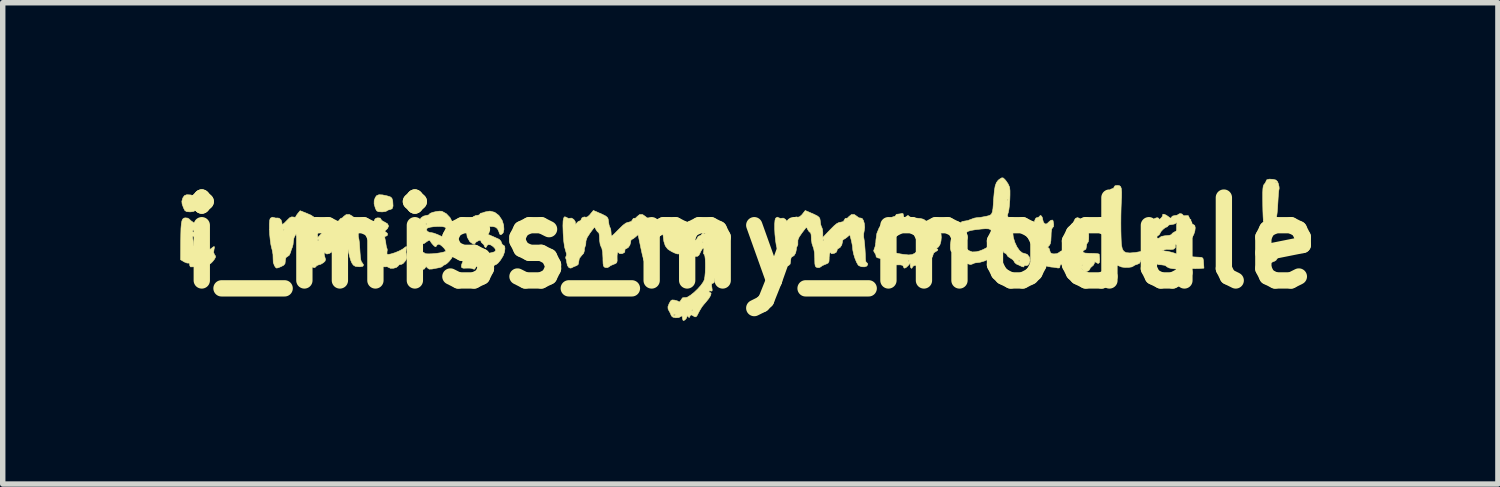
<source format=kicad_pcb>
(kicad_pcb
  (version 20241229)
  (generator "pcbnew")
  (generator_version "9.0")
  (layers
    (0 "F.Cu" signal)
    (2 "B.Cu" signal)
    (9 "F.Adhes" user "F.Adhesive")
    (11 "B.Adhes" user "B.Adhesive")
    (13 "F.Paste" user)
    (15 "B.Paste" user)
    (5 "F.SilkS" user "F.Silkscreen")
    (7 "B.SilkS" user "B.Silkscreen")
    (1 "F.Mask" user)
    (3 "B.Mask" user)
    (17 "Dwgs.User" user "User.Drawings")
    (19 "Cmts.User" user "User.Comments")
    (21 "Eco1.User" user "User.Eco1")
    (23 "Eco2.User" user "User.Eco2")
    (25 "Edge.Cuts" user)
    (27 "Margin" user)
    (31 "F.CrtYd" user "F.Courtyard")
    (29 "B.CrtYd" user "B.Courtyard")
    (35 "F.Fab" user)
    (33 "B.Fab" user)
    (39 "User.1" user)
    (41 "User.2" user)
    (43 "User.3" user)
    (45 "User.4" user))
  (footprint "i_miss_my_module"
    (layer "F.Cu")
    (at 10.748 1.418)
    (property "Reference" "i_miss_my_module" (at 0 0 0) (layer "F.SilkS") (effects (font (size 1.524 1.524) (thickness 0.3))))
    (attr through_hole)
    (fp_poly (pts (xy -6.765 -0.884) (xy -6.679 -0.866) (xy -6.621 -0.848) (xy -6.592 -0.824) (xy -6.578 -0.781) (xy -6.575 -0.762) (xy -6.57 -0.678) (xy -6.588 -0.629) (xy -6.626 -0.614) (xy -6.666 -0.604) (xy -6.678 -0.593) (xy -6.706 -0.58) (xy -6.759 -0.572) (xy -6.781 -0.572) (xy -6.839 -0.575) (xy -6.871 -0.591) (xy -6.891 -0.629) (xy -6.896 -0.642) (xy -6.918 -0.718) (xy -6.917 -0.778) (xy -6.897 -0.835) (xy -6.871 -0.871) (xy -6.829 -0.887) (xy -6.765 -0.884)) (stroke (width 0.01) (type solid)) (fill yes) (layer "F.SilkS"))
    (fp_poly (pts (xy -10.299 -0.884) (xy -10.214 -0.866) (xy -10.156 -0.848) (xy -10.127 -0.824) (xy -10.113 -0.781) (xy -10.11 -0.762) (xy -10.105 -0.678) (xy -10.122 -0.629) (xy -10.161 -0.614) (xy -10.201 -0.604) (xy -10.213 -0.593) (xy -10.241 -0.579) (xy -10.293 -0.572) (xy -10.309 -0.572) (xy -10.365 -0.576) (xy -10.398 -0.596) (xy -10.423 -0.645) (xy -10.424 -0.648) (xy -10.449 -0.716) (xy -10.454 -0.766) (xy -10.44 -0.816) (xy -10.432 -0.835) (xy -10.406 -0.871) (xy -10.364 -0.887) (xy -10.299 -0.884)) (stroke (width 0.01) (type solid)) (fill yes) (layer "F.SilkS"))
    (fp_poly (pts (xy 9.581 0.039) (xy 9.595 0.052) (xy 9.635 0.079) (xy 9.659 0.085) (xy 9.687 0.103) (xy 9.704 0.149) (xy 9.708 0.21) (xy 9.696 0.271) (xy 9.694 0.277) (xy 9.664 0.322) (xy 9.63 0.339) (xy 9.593 0.354) (xy 9.548 0.392) (xy 9.537 0.404) (xy 9.504 0.439) (xy 9.484 0.45) (xy 9.483 0.446) (xy 9.466 0.426) (xy 9.451 0.423) (xy 9.43 0.411) (xy 9.421 0.369) (xy 9.419 0.326) (xy 9.434 0.217) (xy 9.473 0.119) (xy 9.524 0.054) (xy 9.556 0.031) (xy 9.581 0.039)) (stroke (width 0.01) (type solid)) (fill yes) (layer "F.SilkS"))
    (fp_poly (pts (xy 9.612 -1.17) (xy 9.666 -1.157) (xy 9.695 -1.128) (xy 9.712 -1.085) (xy 9.724 -1.03) (xy 9.725 -0.994) (xy 9.723 -0.99) (xy 9.718 -0.962) (xy 9.712 -0.902) (xy 9.706 -0.819) (xy 9.702 -0.745) (xy 9.696 -0.645) (xy 9.688 -0.554) (xy 9.679 -0.486) (xy 9.672 -0.458) (xy 9.662 -0.409) (xy 9.664 -0.379) (xy 9.66 -0.361) (xy 9.653 -0.36) (xy 9.633 -0.343) (xy 9.631 -0.328) (xy 9.613 -0.302) (xy 9.58 -0.296) (xy 9.526 -0.291) (xy 9.497 -0.284) (xy 9.46 -0.288) (xy 9.448 -0.3) (xy 9.442 -0.33) (xy 9.436 -0.394) (xy 9.434 -0.417) (xy 9.592 -0.417) (xy 9.597 -0.405) (xy 9.618 -0.383) (xy 9.631 -0.387) (xy 9.631 -0.39) (xy 9.616 -0.408) (xy 9.606 -0.415) (xy 9.592 -0.417) (xy 9.434 -0.417) (xy 9.43 -0.486) (xy 9.426 -0.597) (xy 9.424 -0.69) (xy 9.423 -0.826) (xy 9.423 -0.926) (xy 9.426 -0.995) (xy 9.432 -1.04) (xy 9.441 -1.067) (xy 9.451 -1.079) (xy 9.475 -1.111) (xy 9.652 -1.111) (xy 9.663 -1.101) (xy 9.673 -1.111) (xy 9.663 -1.122) (xy 9.652 -1.111) (xy 9.475 -1.111) (xy 9.478 -1.114) (xy 9.483 -1.133) (xy 9.498 -1.162) (xy 9.546 -1.174) (xy 9.612 -1.17)) (stroke (width 0.01) (type solid)) (fill yes) (layer "F.SilkS"))
    (fp_poly (pts (xy -6.806 -0.458) (xy -6.795 -0.44) (xy -6.777 -0.413) (xy -6.734 -0.388) (xy -6.731 -0.387) (xy -6.672 -0.353) (xy -6.652 -0.311) (xy -6.672 -0.266) (xy -6.687 -0.251) (xy -6.718 -0.222) (xy -6.716 -0.206) (xy -6.701 -0.199) (xy -6.673 -0.175) (xy -6.671 -0.145) (xy -6.694 -0.127) (xy -6.701 -0.127) (xy -6.723 -0.116) (xy -6.719 -0.08) (xy -6.706 -0.022) (xy -6.7 0.026) (xy -6.692 0.074) (xy -6.682 0.099) (xy -6.676 0.127) (xy -6.681 0.162) (xy -6.682 0.202) (xy -6.663 0.212) (xy -6.608 0.202) (xy -6.534 0.179) (xy -6.459 0.148) (xy -6.398 0.116) (xy -6.38 0.103) (xy -6.337 0.07) (xy -6.319 0.07) (xy -6.324 0.105) (xy -6.327 0.111) (xy -6.333 0.169) (xy -6.324 0.216) (xy -6.316 0.265) (xy -6.332 0.312) (xy -6.351 0.339) (xy -6.389 0.381) (xy -6.422 0.395) (xy -6.426 0.394) (xy -6.458 0.401) (xy -6.477 0.424) (xy -6.51 0.451) (xy -6.563 0.465) (xy -6.616 0.466) (xy -6.653 0.45) (xy -6.656 0.446) (xy -6.683 0.436) (xy -6.713 0.439) (xy -6.762 0.436) (xy -6.782 0.42) (xy -6.815 0.389) (xy -6.866 0.353) (xy -6.874 0.349) (xy -6.943 0.308) (xy -6.94 -0.01) (xy -6.938 -0.158) (xy -6.935 -0.27) (xy -6.929 -0.35) (xy -6.919 -0.403) (xy -6.904 -0.436) (xy -6.884 -0.454) (xy -6.857 -0.461) (xy -6.853 -0.462) (xy -6.806 -0.458)) (stroke (width 0.01) (type solid)) (fill yes) (layer "F.SilkS"))
    (fp_poly (pts (xy -10.346 -0.457) (xy -10.32 -0.441) (xy -10.287 -0.409) (xy -10.239 -0.375) (xy -10.192 -0.332) (xy -10.187 -0.29) (xy -10.223 -0.248) (xy -10.227 -0.245) (xy -10.257 -0.221) (xy -10.253 -0.207) (xy -10.238 -0.2) (xy -10.209 -0.175) (xy -10.205 -0.145) (xy -10.227 -0.128) (xy -10.234 -0.127) (xy -10.256 -0.117) (xy -10.254 -0.082) (xy -10.251 -0.069) (xy -10.239 -0.007) (xy -10.235 0.037) (xy -10.228 0.074) (xy -10.217 0.085) (xy -10.208 0.102) (xy -10.212 0.146) (xy -10.213 0.148) (xy -10.218 0.195) (xy -10.202 0.211) (xy -10.197 0.212) (xy -10.143 0.202) (xy -10.069 0.179) (xy -9.994 0.148) (xy -9.934 0.116) (xy -9.915 0.103) (xy -9.872 0.069) (xy -9.853 0.07) (xy -9.859 0.105) (xy -9.861 0.111) (xy -9.87 0.175) (xy -9.849 0.225) (xy -9.836 0.236) (xy -9.834 0.259) (xy -9.854 0.298) (xy -9.887 0.341) (xy -9.924 0.377) (xy -9.955 0.394) (xy -9.962 0.393) (xy -9.993 0.401) (xy -10.012 0.424) (xy -10.045 0.45) (xy -10.097 0.465) (xy -10.15 0.466) (xy -10.187 0.451) (xy -10.19 0.447) (xy -10.217 0.437) (xy -10.255 0.439) (xy -10.295 0.44) (xy -10.308 0.417) (xy -10.308 0.403) (xy -10.316 0.373) (xy -10.329 0.37) (xy -10.36 0.369) (xy -10.407 0.35) (xy -10.414 0.346) (xy -10.477 0.308) (xy -10.475 -0.01) (xy -10.473 -0.159) (xy -10.47 -0.271) (xy -10.463 -0.351) (xy -10.453 -0.405) (xy -10.439 -0.438) (xy -10.419 -0.455) (xy -10.394 -0.462) (xy -10.346 -0.457)) (stroke (width 0.01) (type solid)) (fill yes) (layer "F.SilkS"))
    (fp_poly (pts (xy 6.786 -1.054) (xy 6.81 -1.036) (xy 6.823 -0.998) (xy 6.828 -0.935) (xy 6.827 -0.839) (xy 6.823 -0.773) (xy 6.818 -0.644) (xy 6.815 -0.503) (xy 6.814 -0.359) (xy 6.815 -0.221) (xy 6.818 -0.099) (xy 6.822 -0.003) (xy 6.827 0.045) (xy 6.841 0.11) (xy 6.867 0.153) (xy 6.911 0.178) (xy 6.979 0.184) (xy 7.076 0.176) (xy 7.191 0.156) (xy 7.24 0.155) (xy 7.262 0.169) (xy 7.251 0.192) (xy 7.24 0.201) (xy 7.228 0.228) (xy 7.232 0.244) (xy 7.226 0.277) (xy 7.209 0.288) (xy 7.18 0.318) (xy 7.176 0.339) (xy 7.156 0.374) (xy 7.118 0.391) (xy 7.071 0.407) (xy 7.049 0.422) (xy 7.016 0.44) (xy 6.958 0.449) (xy 6.89 0.45) (xy 6.828 0.442) (xy 6.791 0.427) (xy 6.735 0.405) (xy 6.664 0.399) (xy 6.663 0.399) (xy 6.594 0.394) (xy 6.55 0.373) (xy 6.528 0.335) (xy 6.52 0.292) (xy 6.528 0.26) (xy 6.541 0.254) (xy 6.554 0.235) (xy 6.549 0.181) (xy 6.548 0.175) (xy 6.538 0.112) (xy 6.532 0.063) (xy 6.532 0.058) (xy 6.524 0.027) (xy 6.515 0.021) (xy 6.499 0.007) (xy 6.508 -0.03) (xy 6.537 -0.074) (xy 6.561 -0.124) (xy 6.572 -0.188) (xy 6.569 -0.25) (xy 6.554 -0.297) (xy 6.532 -0.314) (xy 6.506 -0.337) (xy 6.498 -0.393) (xy 6.503 -0.444) (xy 6.522 -0.464) (xy 6.54 -0.466) (xy 6.575 -0.475) (xy 6.583 -0.487) (xy 6.566 -0.505) (xy 6.549 -0.508) (xy 6.525 -0.519) (xy 6.527 -0.556) (xy 6.538 -0.611) (xy 6.54 -0.64) (xy 6.555 -0.672) (xy 6.572 -0.677) (xy 6.591 -0.687) (xy 6.598 -0.723) (xy 6.596 -0.778) (xy 6.594 -0.887) (xy 6.605 -0.957) (xy 6.632 -0.991) (xy 6.649 -0.995) (xy 6.682 -1.009) (xy 6.689 -1.027) (xy 6.707 -1.052) (xy 6.75 -1.058) (xy 6.786 -1.054)) (stroke (width 0.01) (type solid)) (fill yes) (layer "F.SilkS"))
    (fp_poly (pts (xy -4.701 -0.564) (xy -4.625 -0.507) (xy -4.566 -0.419) (xy -4.56 -0.405) (xy -4.536 -0.326) (xy -4.531 -0.249) (xy -4.544 -0.19) (xy -4.555 -0.174) (xy -4.588 -0.15) (xy -4.61 -0.164) (xy -4.624 -0.209) (xy -4.65 -0.262) (xy -4.686 -0.291) (xy -4.735 -0.302) (xy -4.806 -0.304) (xy -4.886 -0.3) (xy -4.957 -0.29) (xy -5.005 -0.275) (xy -5.011 -0.271) (xy -5.025 -0.24) (xy -5.006 -0.211) (xy -4.964 -0.193) (xy -4.94 -0.191) (xy -4.89 -0.181) (xy -4.808 -0.151) (xy -4.693 -0.101) (xy -4.614 -0.064) (xy -4.586 -0.032) (xy -4.576 -0.003) (xy -4.558 0.033) (xy -4.538 0.042) (xy -4.517 0.06) (xy -4.512 0.105) (xy -4.52 0.165) (xy -4.543 0.229) (xy -4.549 0.242) (xy -4.595 0.316) (xy -4.641 0.371) (xy -4.68 0.4) (xy -4.69 0.402) (xy -4.72 0.417) (xy -4.724 0.424) (xy -4.748 0.442) (xy -4.794 0.455) (xy -4.865 0.468) (xy -4.919 0.479) (xy -4.973 0.482) (xy -5.008 0.455) (xy -5.009 0.455) (xy -5.031 0.429) (xy -5.044 0.438) (xy -5.05 0.452) (xy -5.074 0.484) (xy -5.105 0.476) (xy -5.109 0.472) (xy -5.137 0.464) (xy -5.192 0.462) (xy -5.218 0.463) (xy -5.277 0.464) (xy -5.305 0.455) (xy -5.313 0.432) (xy -5.313 0.428) (xy -5.306 0.388) (xy -5.299 0.374) (xy -5.288 0.345) (xy -5.28 0.295) (xy -5.28 0.295) (xy -5.27 0.242) (xy -5.254 0.208) (xy -5.222 0.192) (xy -5.171 0.179) (xy -5.117 0.173) (xy -5.075 0.175) (xy -5.059 0.185) (xy -5.039 0.196) (xy -4.987 0.201) (xy -4.912 0.198) (xy -4.822 0.189) (xy -4.768 0.181) (xy -4.704 0.163) (xy -4.681 0.137) (xy -4.698 0.098) (xy -4.73 0.065) (xy -4.776 0.035) (xy -4.818 0.029) (xy -4.844 0.048) (xy -4.847 0.063) (xy -4.863 0.084) (xy -4.868 0.085) (xy -4.887 0.068) (xy -4.889 0.055) (xy -4.907 0.023) (xy -4.921 0.014) (xy -4.949 -0.015) (xy -4.953 -0.031) (xy -4.96 -0.051) (xy -4.987 -0.047) (xy -5.006 -0.038) (xy -5.045 -0.015) (xy -5.059 0.003) (xy -5.073 0.021) (xy -5.106 0.014) (xy -5.147 -0.015) (xy -5.159 -0.026) (xy -5.206 -0.108) (xy -5.22 -0.206) (xy -5.2 -0.312) (xy -5.184 -0.349) (xy -5.038 -0.349) (xy -5.027 -0.339) (xy -5.016 -0.349) (xy -5.027 -0.36) (xy -5.038 -0.349) (xy -5.184 -0.349) (xy -5.182 -0.354) (xy -5.137 -0.436) (xy -5.094 -0.484) (xy -5.047 -0.505) (xy -5.022 -0.507) (xy -4.985 -0.516) (xy -4.974 -0.529) (xy -4.962 -0.547) (xy -4.958 -0.547) (xy -4.929 -0.552) (xy -4.881 -0.569) (xy -4.879 -0.57) (xy -4.788 -0.586) (xy -4.701 -0.564)) (stroke (width 0.01) (type solid)) (fill yes) (layer "F.SilkS"))
    (fp_poly (pts (xy -5.672 -0.583) (xy -5.67 -0.582) (xy -5.59 -0.538) (xy -5.522 -0.466) (xy -5.478 -0.38) (xy -5.47 -0.346) (xy -5.464 -0.26) (xy -5.473 -0.193) (xy -5.495 -0.155) (xy -5.513 -0.148) (xy -5.538 -0.166) (xy -5.556 -0.209) (xy -5.582 -0.262) (xy -5.617 -0.291) (xy -5.666 -0.302) (xy -5.738 -0.304) (xy -5.817 -0.3) (xy -5.888 -0.29) (xy -5.937 -0.275) (xy -5.943 -0.271) (xy -5.956 -0.241) (xy -5.937 -0.211) (xy -5.895 -0.193) (xy -5.87 -0.191) (xy -5.823 -0.181) (xy -5.757 -0.157) (xy -5.715 -0.138) (xy -5.652 -0.108) (xy -5.601 -0.089) (xy -5.581 -0.085) (xy -5.545 -0.07) (xy -5.511 -0.037) (xy -5.49 -0.000245) (xy -5.492 0.02) (xy -5.488 0.039) (xy -5.472 0.042) (xy -5.45 0.051) (xy -5.444 0.086) (xy -5.447 0.122) (xy -5.457 0.187) (xy -5.471 0.239) (xy -5.473 0.243) (xy -5.5 0.29) (xy -5.542 0.341) (xy -5.585 0.382) (xy -5.62 0.402) (xy -5.623 0.402) (xy -5.652 0.417) (xy -5.655 0.424) (xy -5.679 0.442) (xy -5.726 0.455) (xy -5.797 0.468) (xy -5.851 0.479) (xy -5.905 0.481) (xy -5.938 0.458) (xy -5.96 0.434) (xy -5.973 0.446) (xy -5.976 0.454) (xy -6.002 0.485) (xy -6.036 0.476) (xy -6.04 0.472) (xy -6.069 0.464) (xy -6.123 0.462) (xy -6.139 0.463) (xy -6.204 0.457) (xy -6.239 0.433) (xy -6.239 0.395) (xy -6.226 0.373) (xy -6.212 0.343) (xy -6.215 0.333) (xy -6.218 0.304) (xy -6.2 0.259) (xy -6.171 0.215) (xy -6.137 0.185) (xy -6.128 0.181) (xy -6.068 0.171) (xy -6.018 0.172) (xy -5.991 0.184) (xy -5.99 0.188) (xy -5.971 0.198) (xy -5.922 0.201) (xy -5.852 0.199) (xy -5.774 0.192) (xy -5.699 0.181) (xy -5.637 0.167) (xy -5.602 0.154) (xy -5.603 0.135) (xy -5.627 0.101) (xy -5.664 0.063) (xy -5.702 0.033) (xy -5.73 0.021) (xy -5.762 0.038) (xy -5.771 0.053) (xy -5.785 0.071) (xy -5.808 0.059) (xy -5.831 0.037) (xy -5.867 -0.005) (xy -5.887 -0.039) (xy -5.902 -0.052) (xy -5.935 -0.035) (xy -5.952 -0.023) (xy -6.002 0.012) (xy -6.038 0.016) (xy -6.076 -0.011) (xy -6.095 -0.03) (xy -6.129 -0.09) (xy -6.146 -0.17) (xy -6.147 -0.254) (xy -6.13 -0.326) (xy -6.115 -0.349) (xy -5.969 -0.349) (xy -5.958 -0.339) (xy -5.948 -0.349) (xy -5.958 -0.36) (xy -5.969 -0.349) (xy -6.115 -0.349) (xy -6.112 -0.354) (xy -6.084 -0.395) (xy -6.075 -0.423) (xy -6.056 -0.461) (xy -6.011 -0.493) (xy -5.955 -0.507) (xy -5.953 -0.507) (xy -5.916 -0.515) (xy -5.905 -0.526) (xy -5.887 -0.545) (xy -5.84 -0.563) (xy -5.779 -0.577) (xy -5.718 -0.585) (xy -5.672 -0.583)) (stroke (width 0.01) (type solid)) (fill yes) (layer "F.SilkS"))
    (fp_poly (pts (xy 7.936 -0.534) (xy 7.958 -0.513) (xy 7.959 -0.509) (xy 7.976 -0.5) (xy 8.012 -0.503) (xy 8.053 -0.503) (xy 8.065 -0.48) (xy 8.08 -0.444) (xy 8.091 -0.436) (xy 8.106 -0.422) (xy 8.091 -0.411) (xy 8.077 -0.394) (xy 8.095 -0.369) (xy 8.129 -0.344) (xy 8.146 -0.339) (xy 8.173 -0.322) (xy 8.182 -0.278) (xy 8.175 -0.219) (xy 8.154 -0.155) (xy 8.121 -0.097) (xy 8.104 -0.079) (xy 8.063 -0.042) (xy 8.033 -0.024) (xy 8.029 -0.023) (xy 7.968 -0.025) (xy 7.927 -0.008) (xy 7.916 0.013) (xy 7.907 0.036) (xy 7.871 0.035) (xy 7.861 0.033) (xy 7.822 0.027) (xy 7.814 0.042) (xy 7.817 0.05) (xy 7.814 0.089) (xy 7.781 0.115) (xy 7.731 0.121) (xy 7.717 0.119) (xy 7.656 0.116) (xy 7.616 0.126) (xy 7.567 0.145) (xy 7.614 0.147) (xy 7.666 0.153) (xy 7.728 0.167) (xy 7.79 0.184) (xy 7.836 0.201) (xy 7.853 0.214) (xy 7.872 0.222) (xy 7.924 0.231) (xy 7.999 0.242) (xy 8.086 0.251) (xy 8.176 0.258) (xy 8.255 0.262) (xy 8.3 0.266) (xy 8.323 0.281) (xy 8.332 0.319) (xy 8.335 0.364) (xy 8.342 0.463) (xy 8.251 0.47) (xy 8.177 0.471) (xy 8.086 0.467) (xy 8.033 0.462) (xy 7.961 0.457) (xy 7.913 0.46) (xy 7.899 0.467) (xy 7.875 0.483) (xy 7.867 0.483) (xy 7.831 0.479) (xy 7.773 0.473) (xy 7.758 0.471) (xy 7.7 0.459) (xy 7.661 0.438) (xy 7.656 0.432) (xy 7.623 0.411) (xy 7.561 0.402) (xy 7.555 0.402) (xy 7.497 0.397) (xy 7.473 0.379) (xy 7.472 0.37) (xy 7.455 0.337) (xy 7.423 0.316) (xy 7.363 0.268) (xy 7.31 0.189) (xy 7.27 0.089) (xy 7.246 -0.022) (xy 7.244 -0.046) (xy 7.242 -0.106) (xy 7.472 -0.106) (xy 7.487 -0.088) (xy 7.517 -0.088) (xy 7.539 -0.106) (xy 7.539 -0.107) (xy 7.563 -0.121) (xy 7.615 -0.131) (xy 7.647 -0.134) (xy 7.705 -0.14) (xy 7.741 -0.152) (xy 7.747 -0.16) (xy 7.765 -0.181) (xy 7.808 -0.207) (xy 7.862 -0.233) (xy 7.913 -0.251) (xy 7.935 -0.254) (xy 7.953 -0.27) (xy 7.955 -0.308) (xy 7.942 -0.352) (xy 7.918 -0.385) (xy 7.913 -0.388) (xy 7.876 -0.396) (xy 7.843 -0.374) (xy 7.796 -0.348) (xy 7.745 -0.339) (xy 7.702 -0.332) (xy 7.684 -0.318) (xy 7.668 -0.297) (xy 7.662 -0.296) (xy 7.629 -0.282) (xy 7.587 -0.248) (xy 7.551 -0.209) (xy 7.535 -0.178) (xy 7.518 -0.149) (xy 7.504 -0.141) (xy 7.476 -0.118) (xy 7.472 -0.106) (xy 7.242 -0.106) (xy 7.24 -0.157) (xy 7.248 -0.238) (xy 7.266 -0.285) (xy 7.287 -0.295) (xy 7.351 -0.293) (xy 7.378 -0.31) (xy 7.377 -0.337) (xy 7.381 -0.388) (xy 7.401 -0.422) (xy 7.441 -0.453) (xy 7.481 -0.465) (xy 7.509 -0.456) (xy 7.514 -0.441) (xy 7.526 -0.435) (xy 7.554 -0.457) (xy 7.58 -0.492) (xy 7.584 -0.513) (xy 7.586 -0.529) (xy 7.611 -0.527) (xy 7.65 -0.51) (xy 7.686 -0.485) (xy 7.722 -0.458) (xy 7.739 -0.46) (xy 7.743 -0.472) (xy 7.766 -0.495) (xy 7.803 -0.503) (xy 7.85 -0.511) (xy 7.873 -0.527) (xy 7.9 -0.54) (xy 7.936 -0.534)) (stroke (width 0.01) (type solid)) (fill yes) (layer "F.SilkS"))
    (fp_poly (pts (xy 2.808 -0.541) (xy 2.815 -0.51) (xy 2.824 -0.472) (xy 2.85 -0.472) (xy 2.875 -0.492) (xy 2.901 -0.507) (xy 2.92 -0.489) (xy 2.954 -0.469) (xy 3.023 -0.459) (xy 3.052 -0.457) (xy 3.122 -0.451) (xy 3.177 -0.438) (xy 3.197 -0.428) (xy 3.232 -0.402) (xy 3.287 -0.363) (xy 3.328 -0.336) (xy 3.383 -0.298) (xy 3.42 -0.266) (xy 3.429 -0.252) (xy 3.446 -0.235) (xy 3.46 -0.233) (xy 3.49 -0.215) (xy 3.507 -0.168) (xy 3.512 -0.104) (xy 3.506 -0.035) (xy 3.489 0.027) (xy 3.461 0.072) (xy 3.443 0.085) (xy 3.418 0.099) (xy 3.424 0.104) (xy 3.449 0.116) (xy 3.442 0.139) (xy 3.408 0.159) (xy 3.374 0.183) (xy 3.365 0.203) (xy 3.349 0.254) (xy 3.307 0.31) (xy 3.252 0.358) (xy 3.208 0.38) (xy 3.14 0.397) (xy 3.066 0.407) (xy 3.064 0.407) (xy 3.01 0.417) (xy 2.985 0.436) (xy 2.985 0.439) (xy 2.971 0.464) (xy 2.963 0.466) (xy 2.947 0.448) (xy 2.941 0.418) (xy 2.941 0.37) (xy 2.901 0.418) (xy 2.859 0.456) (xy 2.829 0.463) (xy 2.815 0.437) (xy 2.815 0.433) (xy 2.803 0.412) (xy 2.762 0.403) (xy 2.725 0.403) (xy 2.642 0.403) (xy 2.591 0.398) (xy 2.562 0.386) (xy 2.546 0.364) (xy 2.541 0.351) (xy 2.526 0.328) (xy 2.9 0.328) (xy 2.91 0.339) (xy 2.921 0.328) (xy 2.91 0.318) (xy 2.9 0.328) (xy 2.526 0.328) (xy 2.52 0.319) (xy 2.48 0.3) (xy 2.413 0.288) (xy 2.343 0.274) (xy 2.314 0.256) (xy 2.314 0.248) (xy 2.308 0.214) (xy 2.289 0.184) (xy 2.268 0.146) (xy 2.28 0.107) (xy 2.281 0.106) (xy 2.296 0.063) (xy 2.304 0.013) (xy 2.532 0.013) (xy 2.546 0.058) (xy 2.566 0.094) (xy 2.598 0.137) (xy 2.633 0.166) (xy 2.682 0.186) (xy 2.757 0.201) (xy 2.821 0.211) (xy 2.912 0.22) (xy 2.975 0.214) (xy 3.024 0.19) (xy 3.05 0.167) (xy 3.08 0.134) (xy 3.09 0.116) (xy 3.106 0.089) (xy 3.142 0.056) (xy 3.182 0.032) (xy 3.205 0.028) (xy 3.223 0.022) (xy 3.228 -0.02) (xy 3.227 -0.038) (xy 3.202 -0.124) (xy 3.144 -0.19) (xy 3.144 -0.191) (xy 3.365 -0.191) (xy 3.373 -0.173) (xy 3.38 -0.176) (xy 3.382 -0.202) (xy 3.38 -0.205) (xy 3.367 -0.202) (xy 3.365 -0.191) (xy 3.144 -0.191) (xy 3.059 -0.232) (xy 3.021 -0.239) (xy 2.965 -0.251) (xy 2.93 -0.266) (xy 2.926 -0.272) (xy 2.903 -0.284) (xy 2.878 -0.281) (xy 2.844 -0.282) (xy 2.836 -0.294) (xy 2.819 -0.309) (xy 2.783 -0.305) (xy 2.742 -0.284) (xy 2.689 -0.245) (xy 2.634 -0.196) (xy 2.588 -0.147) (xy 2.56 -0.107) (xy 2.556 -0.089) (xy 2.553 -0.053) (xy 2.541 -0.024) (xy 2.532 0.013) (xy 2.304 0.013) (xy 2.307 -0.005) (xy 2.31 -0.057) (xy 2.327 -0.176) (xy 2.368 -0.275) (xy 2.401 -0.331) (xy 2.428 -0.368) (xy 2.437 -0.377) (xy 2.462 -0.394) (xy 2.498 -0.424) (xy 2.554 -0.457) (xy 2.617 -0.478) (xy 2.661 -0.492) (xy 2.677 -0.508) (xy 2.676 -0.51) (xy 2.684 -0.525) (xy 2.706 -0.529) (xy 2.76 -0.536) (xy 2.782 -0.542) (xy 2.808 -0.541)) (stroke (width 0.01) (type solid)) (fill yes) (layer "F.SilkS"))
    (fp_poly (pts (xy 5.357 -0.493) (xy 5.373 -0.459) (xy 5.376 -0.435) (xy 5.389 -0.385) (xy 5.408 -0.36) (xy 5.437 -0.346) (xy 5.466 -0.363) (xy 5.48 -0.378) (xy 5.519 -0.412) (xy 5.553 -0.423) (xy 5.568 -0.408) (xy 5.568 -0.407) (xy 5.573 -0.376) (xy 5.579 -0.343) (xy 5.576 -0.301) (xy 5.56 -0.284) (xy 5.543 -0.257) (xy 5.533 -0.191) (xy 5.531 -0.125) (xy 5.527 -0.04) (xy 5.517 0.013) (xy 5.499 0.045) (xy 5.489 0.054) (xy 5.469 0.076) (xy 5.475 0.084) (xy 5.496 0.103) (xy 5.507 0.14) (xy 5.52 0.181) (xy 5.554 0.198) (xy 5.582 0.201) (xy 5.638 0.197) (xy 5.675 0.177) (xy 5.708 0.152) (xy 5.723 0.147) (xy 5.763 0.13) (xy 5.813 0.089) (xy 5.859 0.034) (xy 5.868 0.021) (xy 5.886 -0.026) (xy 5.903 -0.1) (xy 5.915 -0.185) (xy 5.915 -0.191) (xy 5.93 -0.315) (xy 5.934 -0.328) (xy 6.138 -0.328) (xy 6.149 -0.318) (xy 6.16 -0.328) (xy 6.149 -0.339) (xy 6.138 -0.328) (xy 5.934 -0.328) (xy 5.951 -0.401) (xy 5.978 -0.45) (xy 6.013 -0.466) (xy 6.052 -0.455) (xy 6.064 -0.444) (xy 6.093 -0.435) (xy 6.122 -0.447) (xy 6.153 -0.46) (xy 6.158 -0.444) (xy 6.154 -0.427) (xy 6.156 -0.387) (xy 6.17 -0.373) (xy 6.19 -0.347) (xy 6.206 -0.292) (xy 6.218 -0.219) (xy 6.224 -0.143) (xy 6.223 -0.073) (xy 6.215 -0.022) (xy 6.202 -0.004) (xy 6.187 0.02) (xy 6.181 0.065) (xy 6.171 0.114) (xy 6.149 0.127) (xy 6.121 0.144) (xy 6.117 0.159) (xy 6.126 0.176) (xy 6.157 0.186) (xy 6.219 0.19) (xy 6.265 0.191) (xy 6.339 0.193) (xy 6.393 0.198) (xy 6.416 0.206) (xy 6.416 0.206) (xy 6.425 0.302) (xy 6.42 0.36) (xy 6.398 0.378) (xy 6.36 0.36) (xy 6.36 0.359) (xy 6.335 0.345) (xy 6.329 0.366) (xy 6.329 0.368) (xy 6.312 0.405) (xy 6.287 0.428) (xy 6.253 0.458) (xy 6.244 0.479) (xy 6.226 0.506) (xy 6.186 0.526) (xy 6.162 0.529) (xy 6.137 0.516) (xy 6.109 0.492) (xy 6.077 0.469) (xy 6.06 0.481) (xy 6.06 0.482) (xy 6.033 0.506) (xy 5.994 0.504) (xy 5.961 0.481) (xy 5.954 0.466) (xy 5.935 0.431) (xy 5.918 0.423) (xy 5.898 0.413) (xy 6.096 0.413) (xy 6.107 0.423) (xy 6.117 0.413) (xy 6.107 0.402) (xy 6.096 0.413) (xy 5.898 0.413) (xy 5.889 0.408) (xy 5.85 0.371) (xy 5.841 0.361) (xy 5.796 0.312) (xy 5.77 0.3) (xy 5.762 0.324) (xy 5.763 0.344) (xy 5.757 0.381) (xy 5.731 0.389) (xy 5.7 0.402) (xy 5.694 0.428) (xy 5.687 0.457) (xy 5.659 0.461) (xy 5.636 0.456) (xy 5.576 0.446) (xy 5.535 0.443) (xy 5.472 0.432) (xy 5.406 0.403) (xy 5.35 0.363) (xy 5.321 0.322) (xy 5.32 0.321) (xy 5.291 0.276) (xy 5.257 0.253) (xy 5.223 0.231) (xy 5.209 0.192) (xy 5.207 0.152) (xy 5.201 0.079) (xy 5.187 0.011) (xy 5.185 0.007) (xy 5.176 -0.043) (xy 5.177 -0.114) (xy 5.191 -0.214) (xy 5.195 -0.241) (xy 5.214 -0.341) (xy 5.228 -0.406) (xy 5.242 -0.443) (xy 5.257 -0.461) (xy 5.277 -0.466) (xy 5.281 -0.466) (xy 5.312 -0.481) (xy 5.318 -0.491) (xy 5.335 -0.507) (xy 5.357 -0.493)) (stroke (width 0.01) (type solid)) (fill yes) (layer "F.SilkS"))
    (fp_poly (pts (xy -2.803 -0.562) (xy -2.716 -0.524) (xy -2.661 -0.496) (xy -2.63 -0.471) (xy -2.615 -0.443) (xy -2.609 -0.405) (xy -2.607 -0.391) (xy -2.598 -0.332) (xy -2.585 -0.292) (xy -2.581 -0.287) (xy -2.567 -0.253) (xy -2.561 -0.199) (xy -2.561 -0.197) (xy -2.558 -0.15) (xy -2.551 -0.127) (xy -2.55 -0.127) (xy -2.531 -0.141) (xy -2.49 -0.179) (xy -2.436 -0.234) (xy -2.416 -0.254) (xy -2.343 -0.325) (xy -2.288 -0.366) (xy -2.245 -0.381) (xy -2.239 -0.381) (xy -2.188 -0.396) (xy -2.169 -0.424) (xy -2.151 -0.452) (xy -2.135 -0.453) (xy -2.108 -0.458) (xy -2.082 -0.485) (xy -2.035 -0.523) (xy -1.98 -0.522) (xy -1.933 -0.489) (xy -1.898 -0.462) (xy -1.872 -0.459) (xy -1.846 -0.458) (xy -1.827 -0.43) (xy -1.814 -0.372) (xy -1.806 -0.28) (xy -1.803 -0.151) (xy -1.803 -0.112) (xy -1.8 0.006) (xy -1.795 0.105) (xy -1.787 0.177) (xy -1.778 0.212) (xy -1.765 0.26) (xy -1.776 0.284) (xy -1.785 0.318) (xy -1.768 0.351) (xy -1.74 0.398) (xy -1.748 0.425) (xy -1.794 0.437) (xy -1.817 0.439) (xy -1.857 0.438) (xy -1.89 0.43) (xy -1.917 0.408) (xy -1.94 0.369) (xy -1.962 0.307) (xy -1.986 0.217) (xy -2.013 0.093) (xy -2.036 -0.018) (xy -2.064 -0.152) (xy -2.115 -0.108) (xy -2.155 -0.077) (xy -2.183 -0.064) (xy -2.183 -0.064) (xy -2.197 -0.045) (xy -2.201 -0.012) (xy -2.215 0.04) (xy -2.246 0.084) (xy -2.284 0.106) (xy -2.288 0.106) (xy -2.305 0.118) (xy -2.305 0.122) (xy -2.309 0.169) (xy -2.347 0.193) (xy -2.36 0.196) (xy -2.399 0.197) (xy -2.413 0.188) (xy -2.429 0.17) (xy -2.434 0.169) (xy -2.445 0.188) (xy -2.45 0.237) (xy -2.45 0.269) (xy -2.449 0.331) (xy -2.458 0.364) (xy -2.486 0.382) (xy -2.515 0.393) (xy -2.567 0.415) (xy -2.599 0.438) (xy -2.601 0.44) (xy -2.63 0.454) (xy -2.662 0.452) (xy -2.686 0.442) (xy -2.7 0.422) (xy -2.707 0.382) (xy -2.71 0.313) (xy -2.71 0.278) (xy -2.716 0.167) (xy -2.731 0.095) (xy -2.742 0.075) (xy -2.761 0.026) (xy -2.772 -0.048) (xy -2.773 -0.078) (xy -2.776 -0.141) (xy -2.784 -0.181) (xy -2.79 -0.191) (xy -2.812 -0.207) (xy -2.836 -0.243) (xy -2.864 -0.295) (xy -2.946 -0.185) (xy -3.001 -0.1) (xy -3.023 -0.036) (xy -3.023 -0.021) (xy -3.027 0.033) (xy -3.038 0.064) (xy -3.051 0.11) (xy -3.051 0.14) (xy -3.065 0.19) (xy -3.1 0.228) (xy -3.145 0.285) (xy -3.154 0.337) (xy -3.165 0.394) (xy -3.191 0.415) (xy -3.243 0.435) (xy -3.265 0.446) (xy -3.298 0.462) (xy -3.319 0.46) (xy -3.341 0.447) (xy -3.363 0.414) (xy -3.375 0.362) (xy -3.383 0.311) (xy -3.394 0.282) (xy -3.394 0.282) (xy -3.395 0.257) (xy -3.386 0.243) (xy -3.379 0.204) (xy -3.398 0.138) (xy -3.416 0.074) (xy -3.43 -0.025) (xy -3.44 -0.15) (xy -3.442 -0.187) (xy -3.446 -0.316) (xy -3.443 -0.406) (xy -3.432 -0.46) (xy -3.414 -0.482) (xy -3.387 -0.474) (xy -3.379 -0.468) (xy -3.342 -0.451) (xy -3.325 -0.454) (xy -3.286 -0.457) (xy -3.246 -0.432) (xy -3.22 -0.393) (xy -3.217 -0.375) (xy -3.214 -0.343) (xy -3.203 -0.351) (xy -3.194 -0.365) (xy -3.163 -0.396) (xy -3.142 -0.402) (xy -3.115 -0.418) (xy -3.111 -0.432) (xy -3.094 -0.463) (xy -3.056 -0.479) (xy -3.022 -0.473) (xy -2.996 -0.479) (xy -2.958 -0.511) (xy -2.943 -0.529) (xy -2.886 -0.598) (xy -2.803 -0.562)) (stroke (width 0.01) (type solid)) (fill yes) (layer "F.SilkS"))
    (fp_poly (pts (xy 4.65 -1.196) (xy 4.68 -1.169) (xy 4.701 -1.144) (xy 4.74 -1.087) (xy 4.766 -1.03) (xy 4.769 -1.02) (xy 4.775 -0.962) (xy 4.775 -0.881) (xy 4.772 -0.787) (xy 4.765 -0.694) (xy 4.755 -0.614) (xy 4.744 -0.559) (xy 4.739 -0.547) (xy 4.727 -0.503) (xy 4.739 -0.48) (xy 4.759 -0.44) (xy 4.763 -0.418) (xy 4.77 -0.391) (xy 4.781 -0.39) (xy 4.801 -0.383) (xy 4.815 -0.339) (xy 4.824 -0.263) (xy 4.826 -0.198) (xy 4.836 -0.106) (xy 4.864 -0.012) (xy 4.904 0.073) (xy 4.951 0.141) (xy 5.001 0.182) (xy 5.031 0.19) (xy 5.091 0.209) (xy 5.132 0.259) (xy 5.144 0.316) (xy 5.132 0.37) (xy 5.105 0.407) (xy 5.071 0.418) (xy 5.06 0.413) (xy 5.04 0.414) (xy 5.038 0.422) (xy 5.025 0.442) (xy 4.987 0.431) (xy 4.974 0.424) (xy 4.926 0.401) (xy 4.903 0.393) (xy 4.866 0.365) (xy 4.854 0.343) (xy 4.844 0.328) (xy 4.932 0.328) (xy 4.942 0.339) (xy 4.953 0.328) (xy 4.942 0.318) (xy 4.932 0.328) (xy 4.844 0.328) (xy 4.829 0.309) (xy 4.783 0.278) (xy 4.782 0.278) (xy 4.739 0.25) (xy 4.72 0.222) (xy 4.72 0.22) (xy 4.703 0.194) (xy 4.688 0.191) (xy 4.66 0.174) (xy 4.657 0.16) (xy 4.642 0.143) (xy 4.605 0.147) (xy 4.559 0.166) (xy 4.517 0.196) (xy 4.501 0.214) (xy 4.457 0.254) (xy 4.387 0.295) (xy 4.306 0.331) (xy 4.228 0.354) (xy 4.185 0.36) (xy 4.129 0.367) (xy 4.092 0.383) (xy 4.091 0.384) (xy 4.052 0.397) (xy 4.028 0.391) (xy 3.987 0.379) (xy 3.97 0.379) (xy 3.942 0.368) (xy 3.922 0.347) (xy 3.901 0.322) (xy 3.895 0.331) (xy 3.895 0.345) (xy 3.877 0.375) (xy 3.844 0.381) (xy 3.786 0.364) (xy 3.752 0.32) (xy 3.747 0.282) (xy 3.749 0.21) (xy 3.733 0.175) (xy 3.715 0.169) (xy 3.691 0.151) (xy 3.68 0.101) (xy 3.68 0.03) (xy 3.689 -0.04) (xy 3.898 -0.04) (xy 3.906 0.025) (xy 3.949 0.085) (xy 3.953 0.089) (xy 4.02 0.142) (xy 4.082 0.165) (xy 4.156 0.162) (xy 4.216 0.147) (xy 4.278 0.123) (xy 4.353 0.084) (xy 4.404 0.052) (xy 4.464 0.014) (xy 4.51 -0.013) (xy 4.531 -0.021) (xy 4.553 -0.037) (xy 4.578 -0.073) (xy 4.593 -0.109) (xy 4.593 -0.115) (xy 4.576 -0.126) (xy 4.561 -0.127) (xy 4.533 -0.144) (xy 4.53 -0.159) (xy 4.512 -0.186) (xy 4.492 -0.191) (xy 4.451 -0.207) (xy 4.432 -0.228) (xy 4.412 -0.249) (xy 4.378 -0.26) (xy 4.323 -0.262) (xy 4.241 -0.256) (xy 4.138 -0.244) (xy 4.053 -0.23) (xy 3.999 -0.212) (xy 3.962 -0.181) (xy 3.931 -0.131) (xy 3.927 -0.122) (xy 3.898 -0.04) (xy 3.689 -0.04) (xy 3.69 -0.052) (xy 3.711 -0.137) (xy 3.74 -0.215) (xy 3.741 -0.216) (xy 3.775 -0.279) (xy 3.807 -0.323) (xy 3.827 -0.338) (xy 3.857 -0.356) (xy 3.866 -0.37) (xy 3.894 -0.394) (xy 3.937 -0.402) (xy 3.999 -0.412) (xy 4.056 -0.434) (xy 4.119 -0.457) (xy 4.174 -0.466) (xy 4.228 -0.47) (xy 4.301 -0.483) (xy 4.337 -0.49) (xy 4.383 -0.501) (xy 4.415 -0.514) (xy 4.437 -0.536) (xy 4.452 -0.573) (xy 4.462 -0.632) (xy 4.469 -0.721) (xy 4.474 -0.794) (xy 4.72 -0.794) (xy 4.731 -0.783) (xy 4.741 -0.794) (xy 4.731 -0.804) (xy 4.72 -0.794) (xy 4.474 -0.794) (xy 4.477 -0.836) (xy 4.488 -0.959) (xy 4.503 -1.048) (xy 4.526 -1.11) (xy 4.559 -1.154) (xy 4.589 -1.177) (xy 4.625 -1.198) (xy 4.65 -1.196)) (stroke (width 0.01) (type solid)) (fill yes) (layer "F.SilkS"))
    (fp_poly (pts (xy 1.092 -0.562) (xy 1.179 -0.524) (xy 1.234 -0.496) (xy 1.265 -0.471) (xy 1.28 -0.443) (xy 1.286 -0.405) (xy 1.287 -0.391) (xy 1.296 -0.332) (xy 1.31 -0.292) (xy 1.314 -0.287) (xy 1.326 -0.254) (xy 1.333 -0.198) (xy 1.333 -0.184) (xy 1.333 -0.101) (xy 1.466 -0.241) (xy 1.538 -0.313) (xy 1.591 -0.357) (xy 1.633 -0.377) (xy 1.659 -0.381) (xy 1.71 -0.393) (xy 1.729 -0.423) (xy 1.746 -0.452) (xy 1.761 -0.453) (xy 1.787 -0.458) (xy 1.813 -0.485) (xy 1.86 -0.523) (xy 1.915 -0.522) (xy 1.961 -0.489) (xy 1.998 -0.462) (xy 2.025 -0.459) (xy 2.055 -0.452) (xy 2.08 -0.414) (xy 2.097 -0.356) (xy 2.103 -0.289) (xy 2.096 -0.233) (xy 2.084 -0.166) (xy 2.084 -0.109) (xy 2.086 -0.1) (xy 2.094 -0.049) (xy 2.103 0.03) (xy 2.11 0.123) (xy 2.115 0.216) (xy 2.117 0.291) (xy 2.122 0.338) (xy 2.136 0.36) (xy 2.138 0.36) (xy 2.156 0.377) (xy 2.159 0.398) (xy 2.141 0.425) (xy 2.099 0.439) (xy 2.047 0.437) (xy 1.999 0.419) (xy 1.983 0.405) (xy 1.955 0.357) (xy 1.925 0.285) (xy 1.9 0.204) (xy 1.885 0.132) (xy 1.883 0.107) (xy 1.878 0.054) (xy 1.864 -0.017) (xy 1.857 -0.049) (xy 1.83 -0.151) (xy 1.78 -0.107) (xy 1.739 -0.077) (xy 1.712 -0.064) (xy 1.711 -0.064) (xy 1.698 -0.045) (xy 1.693 -0.012) (xy 1.681 0.038) (xy 1.65 0.083) (xy 1.614 0.105) (xy 1.61 0.106) (xy 1.596 0.123) (xy 1.595 0.141) (xy 1.578 0.173) (xy 1.54 0.192) (xy 1.494 0.198) (xy 1.482 0.185) (xy 1.472 0.174) (xy 1.466 0.178) (xy 1.456 0.208) (xy 1.45 0.262) (xy 1.45 0.282) (xy 1.447 0.339) (xy 1.43 0.37) (xy 1.391 0.389) (xy 1.379 0.393) (xy 1.328 0.415) (xy 1.295 0.438) (xy 1.294 0.44) (xy 1.264 0.454) (xy 1.232 0.452) (xy 1.208 0.442) (xy 1.194 0.421) (xy 1.187 0.38) (xy 1.185 0.309) (xy 1.185 0.286) (xy 1.18 0.18) (xy 1.165 0.1) (xy 1.154 0.071) (xy 1.134 0.012) (xy 1.125 -0.053) (xy 1.333 -0.053) (xy 1.344 -0.042) (xy 1.355 -0.053) (xy 1.344 -0.064) (xy 1.333 -0.053) (xy 1.125 -0.053) (xy 1.123 -0.064) (xy 1.122 -0.09) (xy 1.119 -0.149) (xy 1.11 -0.185) (xy 1.104 -0.191) (xy 1.082 -0.207) (xy 1.059 -0.242) (xy 1.032 -0.293) (xy 0.949 -0.184) (xy 0.898 -0.11) (xy 0.875 -0.055) (xy 0.874 -0.015) (xy 0.874 0.032) (xy 0.864 0.055) (xy 0.851 0.082) (xy 0.846 0.123) (xy 0.834 0.182) (xy 0.805 0.231) (xy 0.769 0.254) (xy 0.765 0.254) (xy 0.749 0.273) (xy 0.741 0.319) (xy 0.741 0.329) (xy 0.732 0.388) (xy 0.705 0.414) (xy 0.704 0.415) (xy 0.652 0.435) (xy 0.63 0.446) (xy 0.596 0.462) (xy 0.575 0.46) (xy 0.553 0.447) (xy 0.532 0.414) (xy 0.519 0.362) (xy 0.512 0.311) (xy 0.501 0.282) (xy 0.501 0.282) (xy 0.5 0.257) (xy 0.507 0.244) (xy 0.514 0.205) (xy 0.501 0.135) (xy 0.495 0.115) (xy 0.477 0.04) (xy 0.463 -0.055) (xy 0.453 -0.158) (xy 0.448 -0.26) (xy 0.448 -0.35) (xy 0.454 -0.419) (xy 0.465 -0.455) (xy 0.496 -0.475) (xy 0.52 -0.464) (xy 0.556 -0.451) (xy 0.57 -0.454) (xy 0.608 -0.457) (xy 0.649 -0.432) (xy 0.675 -0.393) (xy 0.678 -0.375) (xy 0.681 -0.343) (xy 0.692 -0.351) (xy 0.7 -0.365) (xy 0.732 -0.396) (xy 0.752 -0.402) (xy 0.78 -0.418) (xy 0.783 -0.432) (xy 0.801 -0.464) (xy 0.842 -0.479) (xy 0.876 -0.474) (xy 0.907 -0.482) (xy 0.948 -0.518) (xy 0.958 -0.53) (xy 1.01 -0.597) (xy 1.092 -0.562)) (stroke (width 0.01) (type solid)) (fill yes) (layer "F.SilkS"))
    (fp_poly (pts (xy -8.167 -0.549) (xy -8.083 -0.513) (xy -8.03 -0.479) (xy -7.998 -0.434) (xy -7.98 -0.369) (xy -7.969 -0.273) (xy -7.969 -0.271) (xy -7.954 -0.1) (xy -7.818 -0.243) (xy -7.817 -0.243) (xy -7.26 -0.243) (xy -7.25 -0.233) (xy -7.239 -0.243) (xy -7.25 -0.254) (xy -7.26 -0.243) (xy -7.817 -0.243) (xy -7.746 -0.315) (xy -7.695 -0.357) (xy -7.659 -0.375) (xy -7.64 -0.374) (xy -7.596 -0.381) (xy -7.564 -0.415) (xy -7.536 -0.449) (xy -7.518 -0.456) (xy -7.5 -0.462) (xy -7.478 -0.487) (xy -7.431 -0.522) (xy -7.373 -0.524) (xy -7.318 -0.492) (xy -7.314 -0.488) (xy -7.278 -0.461) (xy -7.251 -0.457) (xy -7.226 -0.448) (xy -7.205 -0.409) (xy -7.192 -0.351) (xy -7.187 -0.286) (xy -7.196 -0.226) (xy -7.197 -0.22) (xy -7.21 -0.161) (xy -7.208 -0.114) (xy -7.207 -0.11) (xy -7.198 -0.071) (xy -7.189 -0.005) (xy -7.184 0.064) (xy -7.177 0.176) (xy -7.171 0.254) (xy -7.164 0.304) (xy -7.156 0.336) (xy -7.146 0.355) (xy -7.138 0.363) (xy -7.112 0.403) (xy -7.125 0.428) (xy -7.176 0.438) (xy -7.201 0.437) (xy -7.263 0.43) (xy -7.301 0.406) (xy -7.328 0.367) (xy -7.349 0.317) (xy -7.372 0.238) (xy -7.393 0.144) (xy -7.401 0.103) (xy -7.419 -0.006) (xy -7.433 -0.079) (xy -7.444 -0.121) (xy -7.456 -0.138) (xy -7.471 -0.135) (xy -7.491 -0.118) (xy -7.5 -0.109) (xy -7.542 -0.077) (xy -7.574 -0.064) (xy -7.591 -0.045) (xy -7.599 -0.001) (xy -7.599 0.000454) (xy -7.611 0.056) (xy -7.65 0.088) (xy -7.686 0.115) (xy -7.69 0.14) (xy -7.7 0.168) (xy -7.739 0.192) (xy -7.787 0.204) (xy -7.807 0.192) (xy -7.825 0.178) (xy -7.832 0.18) (xy -7.837 0.205) (xy -7.826 0.251) (xy -7.825 0.256) (xy -7.811 0.304) (xy -7.822 0.336) (xy -7.85 0.362) (xy -7.898 0.391) (xy -7.938 0.402) (xy -7.976 0.418) (xy -7.987 0.434) (xy -8.01 0.454) (xy -8.047 0.447) (xy -8.074 0.432) (xy -8.087 0.406) (xy -8.09 0.355) (xy -8.088 0.314) (xy -8.101 0.171) (xy -8.128 0.085) (xy -8.152 0.012) (xy -8.167 -0.053) (xy -7.959 -0.053) (xy -7.948 -0.042) (xy -7.938 -0.053) (xy -7.948 -0.064) (xy -7.959 -0.053) (xy -8.167 -0.053) (xy -8.167 -0.053) (xy -8.169 -0.083) (xy -8.168 -0.145) (xy -8.178 -0.185) (xy -8.205 -0.224) (xy -8.214 -0.235) (xy -8.246 -0.268) (xy -8.265 -0.271) (xy -8.288 -0.246) (xy -8.289 -0.243) (xy -8.327 -0.194) (xy -8.362 -0.153) (xy -8.393 -0.092) (xy -8.403 -0.031) (xy -8.409 0.03) (xy -8.422 0.078) (xy -8.423 0.08) (xy -8.442 0.128) (xy -8.456 0.177) (xy -8.48 0.227) (xy -8.51 0.248) (xy -8.54 0.269) (xy -8.551 0.318) (xy -8.551 0.33) (xy -8.557 0.38) (xy -8.582 0.41) (xy -8.628 0.434) (xy -8.682 0.456) (xy -8.712 0.462) (xy -8.73 0.449) (xy -8.751 0.417) (xy -8.773 0.357) (xy -8.776 0.285) (xy -8.778 0.21) (xy -8.793 0.127) (xy -8.799 0.106) (xy -8.816 0.034) (xy -8.829 -0.058) (xy -8.839 -0.159) (xy -8.843 -0.243) (xy -8.594 -0.243) (xy -8.583 -0.233) (xy -8.572 -0.243) (xy -8.583 -0.254) (xy -8.594 -0.243) (xy -8.843 -0.243) (xy -8.844 -0.26) (xy -8.844 -0.349) (xy -8.839 -0.417) (xy -8.827 -0.454) (xy -8.827 -0.454) (xy -8.789 -0.474) (xy -8.766 -0.468) (xy -8.722 -0.457) (xy -8.704 -0.46) (xy -8.664 -0.455) (xy -8.629 -0.423) (xy -8.615 -0.378) (xy -8.611 -0.348) (xy -8.597 -0.344) (xy -8.566 -0.369) (xy -8.521 -0.415) (xy -8.472 -0.463) (xy -8.433 -0.48) (xy -8.406 -0.477) (xy -8.371 -0.472) (xy -8.36 -0.48) (xy -8.347 -0.507) (xy -8.319 -0.545) (xy -8.279 -0.593) (xy -8.167 -0.549)) (stroke (width 0.01) (type solid)) (fill yes) (layer "F.SilkS"))
    (fp_poly (pts (xy -1.461 -0.459) (xy -1.401 -0.426) (xy -1.359 -0.371) (xy -1.332 -0.286) (xy -1.317 -0.167) (xy -1.307 -0.081) (xy -1.288 -0.028) (xy -1.25 0.004) (xy -1.184 0.023) (xy -1.149 0.029) (xy -1.102 0.033) (xy -1.09 0.02) (xy -1.091 0.015) (xy -1.081 -0.01) (xy -1.08 -0.011) (xy -0.889 -0.011) (xy -0.878 0) (xy -0.868 -0.011) (xy -0.878 -0.021) (xy -0.889 -0.011) (xy -1.08 -0.011) (xy -1.041 -0.035) (xy -1.038 -0.036) (xy -0.993 -0.062) (xy -0.974 -0.092) (xy -0.974 -0.093) (xy -0.958 -0.123) (xy -0.943 -0.127) (xy -0.908 -0.143) (xy -0.89 -0.164) (xy -0.87 -0.189) (xy -0.852 -0.176) (xy -0.847 -0.169) (xy -0.835 -0.164) (xy -0.828 -0.193) (xy -0.826 -0.261) (xy -0.826 -0.27) (xy -0.824 -0.343) (xy -0.817 -0.383) (xy -0.803 -0.4) (xy -0.787 -0.402) (xy -0.748 -0.389) (xy -0.697 -0.355) (xy -0.681 -0.342) (xy -0.644 -0.305) (xy -0.623 -0.268) (xy -0.614 -0.216) (xy -0.61 -0.146) (xy -0.609 -0.026) (xy -0.609 0.102) (xy -0.611 0.231) (xy -0.614 0.352) (xy -0.619 0.459) (xy -0.624 0.546) (xy -0.63 0.603) (xy -0.637 0.625) (xy -0.652 0.654) (xy -0.656 0.689) (xy -0.668 0.731) (xy -0.689 0.741) (xy -0.709 0.749) (xy -0.713 0.781) (xy -0.707 0.818) (xy -0.7 0.868) (xy -0.707 0.886) (xy -0.727 0.882) (xy -0.756 0.881) (xy -0.762 0.89) (xy -0.746 0.91) (xy -0.741 0.91) (xy -0.721 0.924) (xy -0.729 0.962) (xy -0.763 1.02) (xy -0.821 1.092) (xy -0.857 1.133) (xy -0.892 1.178) (xy -0.931 1.243) (xy -0.949 1.276) (xy -0.978 1.333) (xy -0.999 1.358) (xy -1.021 1.358) (xy -1.046 1.343) (xy -1.083 1.323) (xy -1.101 1.329) (xy -1.11 1.348) (xy -1.124 1.373) (xy -1.141 1.358) (xy -1.144 1.354) (xy -1.16 1.336) (xy -1.164 1.351) (xy -1.176 1.385) (xy -1.202 1.415) (xy -1.228 1.427) (xy -1.236 1.424) (xy -1.247 1.394) (xy -1.249 1.368) (xy -1.254 1.34) (xy -1.272 1.349) (xy -1.274 1.35) (xy -1.316 1.372) (xy -1.371 1.376) (xy -1.422 1.365) (xy -1.451 1.341) (xy -1.452 1.339) (xy -1.46 1.319) (xy -1.411 1.319) (xy -1.408 1.332) (xy -1.397 1.333) (xy -1.38 1.326) (xy -1.383 1.319) (xy -1.408 1.317) (xy -1.411 1.319) (xy -1.46 1.319) (xy -1.473 1.288) (xy -1.483 1.27) (xy -1.5 1.238) (xy -1.079 1.238) (xy -1.069 1.249) (xy -1.058 1.238) (xy -1.069 1.228) (xy -1.079 1.238) (xy -1.5 1.238) (xy -1.512 1.216) (xy -1.515 1.173) (xy -1.494 1.118) (xy -1.492 1.114) (xy -1.465 1.066) (xy -1.438 1.048) (xy -1.394 1.051) (xy -1.39 1.052) (xy -1.34 1.066) (xy -1.311 1.083) (xy -1.311 1.083) (xy -1.295 1.08) (xy -1.274 1.048) (xy -1.247 1.009) (xy -1.208 1.004) (xy -1.201 1.006) (xy -1.16 0.998) (xy -1.102 0.963) (xy -1.035 0.91) (xy -0.968 0.846) (xy -0.908 0.779) (xy -0.864 0.716) (xy -0.846 0.677) (xy -0.836 0.621) (xy -0.829 0.545) (xy -0.826 0.458) (xy -0.826 0.372) (xy -0.829 0.295) (xy -0.836 0.239) (xy -0.846 0.212) (xy -0.848 0.212) (xy -0.862 0.193) (xy -0.857 0.146) (xy -0.853 0.102) (xy -0.865 0.093) (xy -0.887 0.115) (xy -0.916 0.165) (xy -0.923 0.182) (xy -0.946 0.227) (xy -0.973 0.246) (xy -1.021 0.246) (xy -1.039 0.245) (xy -1.096 0.237) (xy -1.132 0.228) (xy -1.137 0.225) (xy -1.162 0.224) (xy -1.19 0.235) (xy -1.233 0.245) (xy -1.268 0.224) (xy -1.301 0.202) (xy -1.316 0.201) (xy -1.343 0.202) (xy -1.391 0.185) (xy -1.449 0.157) (xy -1.503 0.123) (xy -1.521 0.109) (xy -1.563 0.054) (xy -1.59 -0.029) (xy -1.605 -0.145) (xy -1.608 -0.246) (xy -1.603 -0.355) (xy -1.584 -0.426) (xy -1.551 -0.463) (xy -1.5 -0.469) (xy -1.461 -0.459)) (stroke (width 0.01) (type solid)) (fill yes) (layer "F.SilkS")))
  (gr_rect
    (start -3 -3)
    (end 24.496 5.851)
    (stroke (width 0.1) (type default))
    (fill no)
    (layer "Edge.Cuts")))
</source>
